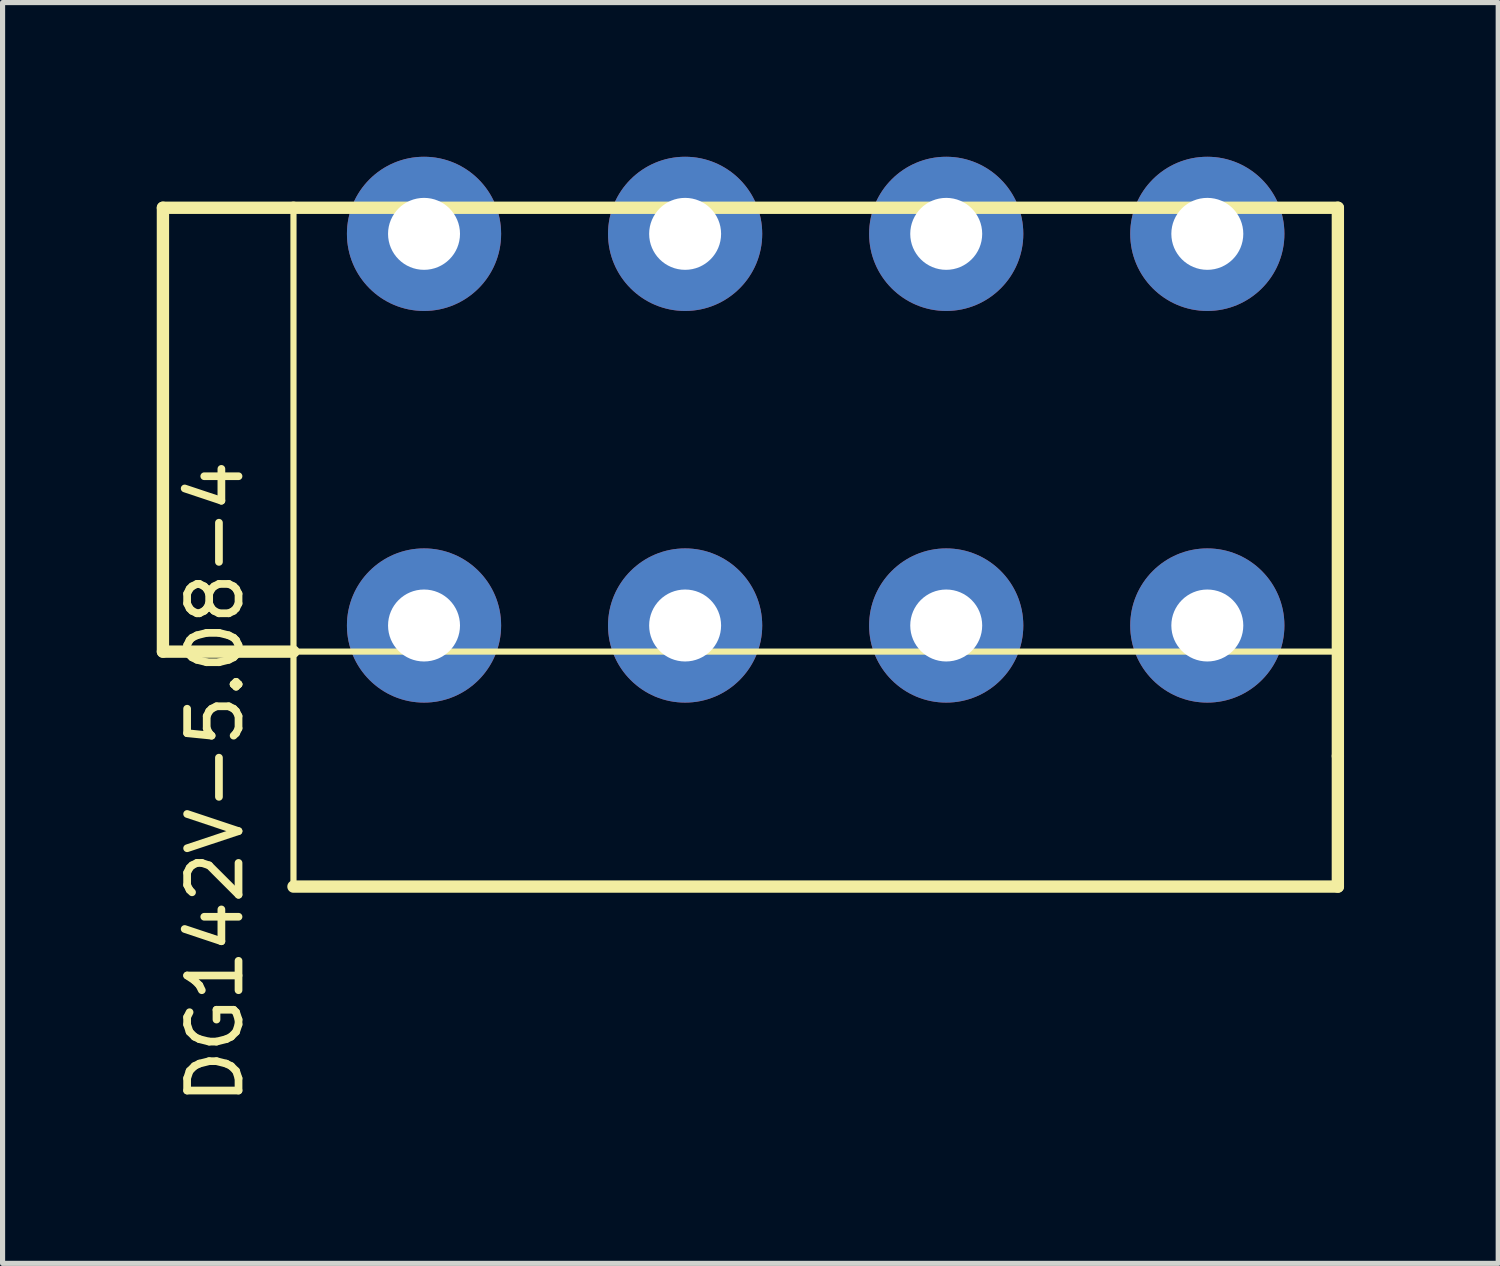
<source format=kicad_pcb>
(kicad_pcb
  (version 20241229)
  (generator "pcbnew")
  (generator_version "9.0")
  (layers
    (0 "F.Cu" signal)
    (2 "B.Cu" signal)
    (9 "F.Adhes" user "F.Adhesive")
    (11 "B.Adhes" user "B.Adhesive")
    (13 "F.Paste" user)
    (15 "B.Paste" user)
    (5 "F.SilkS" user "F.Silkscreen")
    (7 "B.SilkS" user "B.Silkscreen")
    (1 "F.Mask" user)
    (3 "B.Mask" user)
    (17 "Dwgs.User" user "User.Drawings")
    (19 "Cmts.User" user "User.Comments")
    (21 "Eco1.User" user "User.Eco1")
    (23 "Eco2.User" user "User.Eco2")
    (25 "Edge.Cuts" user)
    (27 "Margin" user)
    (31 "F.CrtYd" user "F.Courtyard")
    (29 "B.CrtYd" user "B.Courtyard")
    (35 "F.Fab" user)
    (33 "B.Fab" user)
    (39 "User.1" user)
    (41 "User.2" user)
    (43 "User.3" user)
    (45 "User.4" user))
  (footprint "DG142V-5.08-4"
    (layer "F.Cu")
    (at 5.2 9.12)
    (property "Reference" "DG142V-5.08-4" (at -4.064 3.048 90) (layer "F.SilkS") (effects (font (size 1 1) (thickness 0.15))))
    (attr through_hole)
    (fp_line (start -5.08 -8.128) (end -5.08 0.508) (stroke (width 0.24) (type solid)) (layer "F.SilkS"))
    (fp_line (start -5.08 0.508) (end -2.54 0.508) (stroke (width 0.24) (type solid)) (layer "F.SilkS"))
    (fp_line (start -2.54 -8.128) (end -5.08 -8.128) (stroke (width 0.24) (type solid)) (layer "F.SilkS"))
    (fp_line (start -2.54 -8.128) (end -2.54 5.08) (stroke (width 0.12) (type solid)) (layer "F.SilkS"))
    (fp_line (start -2.54 0.508) (end 17.78 0.508) (stroke (width 0.12) (type solid)) (layer "F.SilkS"))
    (fp_line (start -2.54 5.08) (end 17.78 5.08) (stroke (width 0.24) (type solid)) (layer "F.SilkS"))
    (fp_line (start 17.78 -8.128) (end -2.54 -8.128) (stroke (width 0.24) (type solid)) (layer "F.SilkS"))
    (fp_line (start 17.78 -8.128) (end 17.78 2.54) (stroke (width 0.24) (type solid)) (layer "F.SilkS"))
    (fp_line (start 17.78 5.08) (end 17.78 2.54) (stroke (width 0.24) (type solid)) (layer "F.SilkS"))
    (pad "1" thru_hole circle (at 0 0) (size 3 3) (drill 1.4) (layers "*.Cu" "*.Mask"))
    (pad "2" thru_hole circle (at 5.08 0) (size 3 3) (drill 1.4) (layers "*.Cu" "*.Mask"))
    (pad "3" thru_hole circle (at 10.16 0) (size 3 3) (drill 1.4) (layers "*.Cu" "*.Mask"))
    (pad "4" thru_hole circle (at 15.24 0) (size 3 3) (drill 1.4) (layers "*.Cu" "*.Mask"))
    (pad "5" thru_hole circle (at 15.24 -7.62) (size 3 3) (drill 1.4) (layers "*.Cu" "*.Mask"))
    (pad "6" thru_hole circle (at 10.16 -7.62) (size 3 3) (drill 1.4) (layers "*.Cu" "*.Mask"))
    (pad "7" thru_hole circle (at 5.08 -7.62) (size 3 3) (drill 1.4) (layers "*.Cu" "*.Mask"))
    (pad "8" thru_hole circle (at 0 -7.62) (size 3 3) (drill 1.4) (layers "*.Cu" "*.Mask")))
  (gr_rect
    (start -3 -3)
    (end 26.1 21.531)
    (stroke (width 0.1) (type default))
    (fill no)
    (layer "Edge.Cuts")))
</source>
